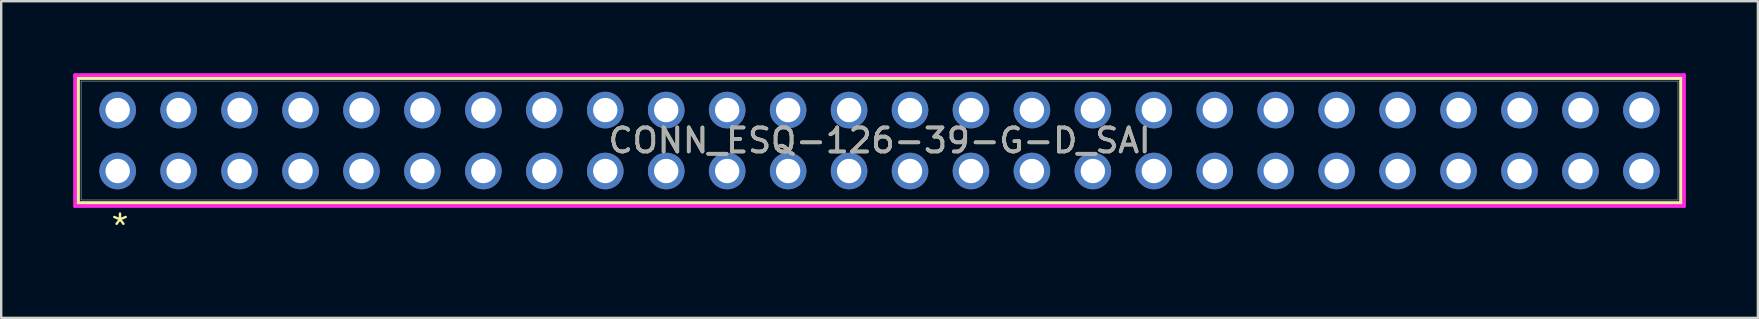
<source format=kicad_pcb>
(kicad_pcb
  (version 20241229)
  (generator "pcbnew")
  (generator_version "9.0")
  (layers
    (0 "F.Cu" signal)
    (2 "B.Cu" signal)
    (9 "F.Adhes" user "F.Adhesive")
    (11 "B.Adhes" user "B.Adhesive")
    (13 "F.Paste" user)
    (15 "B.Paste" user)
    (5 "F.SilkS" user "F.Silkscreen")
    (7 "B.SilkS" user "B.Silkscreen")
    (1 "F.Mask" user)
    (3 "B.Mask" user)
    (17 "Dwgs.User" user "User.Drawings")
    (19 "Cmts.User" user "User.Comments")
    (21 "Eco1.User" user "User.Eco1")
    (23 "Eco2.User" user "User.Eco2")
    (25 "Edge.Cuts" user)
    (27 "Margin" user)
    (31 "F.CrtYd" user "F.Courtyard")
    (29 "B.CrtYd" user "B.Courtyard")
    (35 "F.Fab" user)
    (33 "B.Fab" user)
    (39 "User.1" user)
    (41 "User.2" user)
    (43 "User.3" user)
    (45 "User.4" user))
  (footprint "CONN_ESQ-126-39-G-D_SAI"
    (layer "F.Cu")
    (at 1.854 4.077)
    (property "Reference" "CONN_ESQ-126-39-G-D_SAI" (at 31.75 -1.27 0) (unlocked yes) (layer "F.SilkS") (effects (font (size 1 1) (thickness 0.15))))
    (attr through_hole)
    (fp_line (start -1.651 -3.873) (end -1.651 1.333) (stroke (width 0.152) (type solid)) (layer "F.SilkS"))
    (fp_line (start -1.651 1.333) (end 65.151 1.333) (stroke (width 0.152) (type solid)) (layer "F.SilkS"))
    (fp_line (start 65.151 -3.873) (end -1.651 -3.873) (stroke (width 0.152) (type solid)) (layer "F.SilkS"))
    (fp_line (start 65.151 1.333) (end 65.151 -3.873) (stroke (width 0.152) (type solid)) (layer "F.SilkS"))
    (fp_line (start -1.778 -4) (end -1.778 1.46) (stroke (width 0.152) (type solid)) (layer "F.CrtYd"))
    (fp_line (start -1.778 1.46) (end 65.278 1.46) (stroke (width 0.152) (type solid)) (layer "F.CrtYd"))
    (fp_line (start 65.278 -4) (end -1.778 -4) (stroke (width 0.152) (type solid)) (layer "F.CrtYd"))
    (fp_line (start 65.278 1.46) (end 65.278 -4) (stroke (width 0.152) (type solid)) (layer "F.CrtYd"))
    (fp_line (start -1.524 -3.747) (end -1.524 1.206) (stroke (width 0.025) (type solid)) (layer "F.Fab"))
    (fp_line (start -1.524 1.206) (end 65.024 1.206) (stroke (width 0.025) (type solid)) (layer "F.Fab"))
    (fp_line (start 65.024 -3.747) (end -1.524 -3.747) (stroke (width 0.025) (type solid)) (layer "F.Fab"))
    (fp_line (start 65.024 1.206) (end 65.024 -3.747) (stroke (width 0.025) (type solid)) (layer "F.Fab"))
    (fp_text user "*" (at -0.35 2.9 0) (layer "F.SilkS") (effects (font (size 1 1) (thickness 0.1)) (justify left bottom)))
    (fp_text user "${REFERENCE}" (at 31.75 -1.27 0) (unlocked yes) (layer "F.Fab") (effects (font (size 1 1) (thickness 0.15))))
    (pad "1" thru_hole circle (at 0 0) (size 1.524 1.524) (drill 1.016) (layers "*.Cu" "*.Mask"))
    (pad "2" thru_hole circle (at 0 -2.54) (size 1.524 1.524) (drill 1.016) (layers "*.Cu" "*.Mask"))
    (pad "3" thru_hole circle (at 2.54 0) (size 1.524 1.524) (drill 1.016) (layers "*.Cu" "*.Mask"))
    (pad "4" thru_hole circle (at 2.54 -2.54) (size 1.524 1.524) (drill 1.016) (layers "*.Cu" "*.Mask"))
    (pad "5" thru_hole circle (at 5.08 0) (size 1.524 1.524) (drill 1.016) (layers "*.Cu" "*.Mask"))
    (pad "6" thru_hole circle (at 5.08 -2.54) (size 1.524 1.524) (drill 1.016) (layers "*.Cu" "*.Mask"))
    (pad "7" thru_hole circle (at 7.62 0) (size 1.524 1.524) (drill 1.016) (layers "*.Cu" "*.Mask"))
    (pad "8" thru_hole circle (at 7.62 -2.54) (size 1.524 1.524) (drill 1.016) (layers "*.Cu" "*.Mask"))
    (pad "9" thru_hole circle (at 10.16 0) (size 1.524 1.524) (drill 1.016) (layers "*.Cu" "*.Mask"))
    (pad "10" thru_hole circle (at 10.16 -2.54) (size 1.524 1.524) (drill 1.016) (layers "*.Cu" "*.Mask"))
    (pad "11" thru_hole circle (at 12.7 0) (size 1.524 1.524) (drill 1.016) (layers "*.Cu" "*.Mask"))
    (pad "12" thru_hole circle (at 12.7 -2.54) (size 1.524 1.524) (drill 1.016) (layers "*.Cu" "*.Mask"))
    (pad "13" thru_hole circle (at 15.24 0) (size 1.524 1.524) (drill 1.016) (layers "*.Cu" "*.Mask"))
    (pad "14" thru_hole circle (at 15.24 -2.54) (size 1.524 1.524) (drill 1.016) (layers "*.Cu" "*.Mask"))
    (pad "15" thru_hole circle (at 17.78 0) (size 1.524 1.524) (drill 1.016) (layers "*.Cu" "*.Mask"))
    (pad "16" thru_hole circle (at 17.78 -2.54) (size 1.524 1.524) (drill 1.016) (layers "*.Cu" "*.Mask"))
    (pad "17" thru_hole circle (at 20.32 0) (size 1.524 1.524) (drill 1.016) (layers "*.Cu" "*.Mask"))
    (pad "18" thru_hole circle (at 20.32 -2.54) (size 1.524 1.524) (drill 1.016) (layers "*.Cu" "*.Mask"))
    (pad "19" thru_hole circle (at 22.86 0) (size 1.524 1.524) (drill 1.016) (layers "*.Cu" "*.Mask"))
    (pad "20" thru_hole circle (at 22.86 -2.54) (size 1.524 1.524) (drill 1.016) (layers "*.Cu" "*.Mask"))
    (pad "21" thru_hole circle (at 25.4 0) (size 1.524 1.524) (drill 1.016) (layers "*.Cu" "*.Mask"))
    (pad "22" thru_hole circle (at 25.4 -2.54) (size 1.524 1.524) (drill 1.016) (layers "*.Cu" "*.Mask"))
    (pad "23" thru_hole circle (at 27.94 0) (size 1.524 1.524) (drill 1.016) (layers "*.Cu" "*.Mask"))
    (pad "24" thru_hole circle (at 27.94 -2.54) (size 1.524 1.524) (drill 1.016) (layers "*.Cu" "*.Mask"))
    (pad "25" thru_hole circle (at 30.48 0) (size 1.524 1.524) (drill 1.016) (layers "*.Cu" "*.Mask"))
    (pad "26" thru_hole circle (at 30.48 -2.54) (size 1.524 1.524) (drill 1.016) (layers "*.Cu" "*.Mask"))
    (pad "27" thru_hole circle (at 33.02 0) (size 1.524 1.524) (drill 1.016) (layers "*.Cu" "*.Mask"))
    (pad "28" thru_hole circle (at 33.02 -2.54) (size 1.524 1.524) (drill 1.016) (layers "*.Cu" "*.Mask"))
    (pad "29" thru_hole circle (at 35.56 0) (size 1.524 1.524) (drill 1.016) (layers "*.Cu" "*.Mask"))
    (pad "30" thru_hole circle (at 35.56 -2.54) (size 1.524 1.524) (drill 1.016) (layers "*.Cu" "*.Mask"))
    (pad "31" thru_hole circle (at 38.1 0) (size 1.524 1.524) (drill 1.016) (layers "*.Cu" "*.Mask"))
    (pad "32" thru_hole circle (at 38.1 -2.54) (size 1.524 1.524) (drill 1.016) (layers "*.Cu" "*.Mask"))
    (pad "33" thru_hole circle (at 40.64 0) (size 1.524 1.524) (drill 1.016) (layers "*.Cu" "*.Mask"))
    (pad "34" thru_hole circle (at 40.64 -2.54) (size 1.524 1.524) (drill 1.016) (layers "*.Cu" "*.Mask"))
    (pad "35" thru_hole circle (at 43.18 0) (size 1.524 1.524) (drill 1.016) (layers "*.Cu" "*.Mask"))
    (pad "36" thru_hole circle (at 43.18 -2.54) (size 1.524 1.524) (drill 1.016) (layers "*.Cu" "*.Mask"))
    (pad "37" thru_hole circle (at 45.72 0) (size 1.524 1.524) (drill 1.016) (layers "*.Cu" "*.Mask"))
    (pad "38" thru_hole circle (at 45.72 -2.54) (size 1.524 1.524) (drill 1.016) (layers "*.Cu" "*.Mask"))
    (pad "39" thru_hole circle (at 48.26 0) (size 1.524 1.524) (drill 1.016) (layers "*.Cu" "*.Mask"))
    (pad "40" thru_hole circle (at 48.26 -2.54) (size 1.524 1.524) (drill 1.016) (layers "*.Cu" "*.Mask"))
    (pad "41" thru_hole circle (at 50.8 0) (size 1.524 1.524) (drill 1.016) (layers "*.Cu" "*.Mask"))
    (pad "42" thru_hole circle (at 50.8 -2.54) (size 1.524 1.524) (drill 1.016) (layers "*.Cu" "*.Mask"))
    (pad "43" thru_hole circle (at 53.34 0) (size 1.524 1.524) (drill 1.016) (layers "*.Cu" "*.Mask"))
    (pad "44" thru_hole circle (at 53.34 -2.54) (size 1.524 1.524) (drill 1.016) (layers "*.Cu" "*.Mask"))
    (pad "45" thru_hole circle (at 55.88 0) (size 1.524 1.524) (drill 1.016) (layers "*.Cu" "*.Mask"))
    (pad "46" thru_hole circle (at 55.88 -2.54) (size 1.524 1.524) (drill 1.016) (layers "*.Cu" "*.Mask"))
    (pad "47" thru_hole circle (at 58.42 0) (size 1.524 1.524) (drill 1.016) (layers "*.Cu" "*.Mask"))
    (pad "48" thru_hole circle (at 58.42 -2.54) (size 1.524 1.524) (drill 1.016) (layers "*.Cu" "*.Mask"))
    (pad "49" thru_hole circle (at 60.96 0) (size 1.524 1.524) (drill 1.016) (layers "*.Cu" "*.Mask"))
    (pad "50" thru_hole circle (at 60.96 -2.54) (size 1.524 1.524) (drill 1.016) (layers "*.Cu" "*.Mask"))
    (pad "51" thru_hole circle (at 63.5 0) (size 1.524 1.524) (drill 1.016) (layers "*.Cu" "*.Mask"))
    (pad "52" thru_hole circle (at 63.5 -2.54) (size 1.524 1.524) (drill 1.016) (layers "*.Cu" "*.Mask")))
  (gr_rect
    (start -3 -3)
    (end 70.208 10.198)
    (stroke (width 0.1) (type default))
    (fill no)
    (layer "Edge.Cuts")))
</source>
